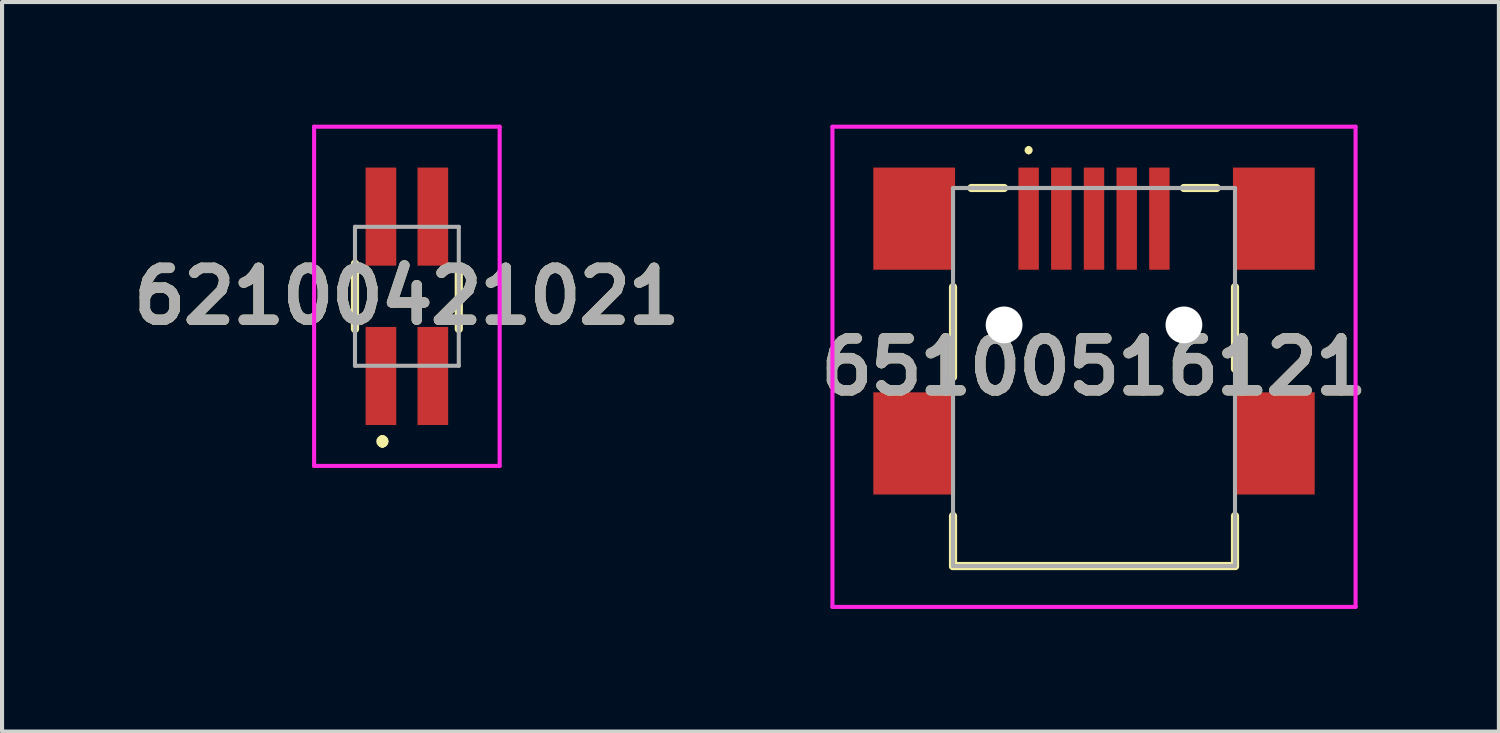
<source format=kicad_pcb>
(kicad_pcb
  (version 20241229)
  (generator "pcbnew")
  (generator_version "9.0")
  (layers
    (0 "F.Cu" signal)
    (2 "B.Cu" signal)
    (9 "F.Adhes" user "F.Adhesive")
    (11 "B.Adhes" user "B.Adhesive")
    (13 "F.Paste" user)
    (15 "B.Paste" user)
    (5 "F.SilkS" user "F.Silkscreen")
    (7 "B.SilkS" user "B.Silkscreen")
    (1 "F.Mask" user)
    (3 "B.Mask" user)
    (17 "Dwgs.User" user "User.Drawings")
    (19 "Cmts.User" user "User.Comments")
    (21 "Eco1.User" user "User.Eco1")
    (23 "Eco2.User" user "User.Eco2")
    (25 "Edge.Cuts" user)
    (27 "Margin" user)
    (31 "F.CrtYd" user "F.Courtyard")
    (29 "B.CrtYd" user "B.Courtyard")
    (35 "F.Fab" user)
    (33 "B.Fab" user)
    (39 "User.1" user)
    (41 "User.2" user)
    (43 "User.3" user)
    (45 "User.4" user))
  (footprint "62100421021"
    (layer "F.Cu")
    (at 6.906 4.2)
    (property "Reference" "62100421021" (at 0 0 0) (layer "F.SilkS") (effects (font (size 1.27 1.27) (thickness 0.254))))
    (attr smd)
    (fp_line (start -1.27 -0.8) (end -1.27 0.8) (stroke (width 0.2) (type solid)) (layer "F.SilkS"))
    (fp_line (start -0.6 3.5) (end -0.6 3.5) (stroke (width 0.2) (type solid)) (layer "F.SilkS"))
    (fp_line (start -0.6 3.6) (end -0.6 3.6) (stroke (width 0.2) (type solid)) (layer "F.SilkS"))
    (fp_line (start -0.6 3.6) (end -0.6 3.6) (stroke (width 0.2) (type solid)) (layer "F.SilkS"))
    (fp_line (start 1.27 -0.6) (end 1.27 0.8) (stroke (width 0.2) (type solid)) (layer "F.SilkS"))
    (fp_arc (start -0.6 3.5) (mid -0.55 3.55) (end -0.6 3.6) (stroke (width 0.2) (type solid)) (layer "F.SilkS"))
    (fp_arc (start -0.6 3.5) (mid -0.55 3.55) (end -0.6 3.6) (stroke (width 0.2) (type solid)) (layer "F.SilkS"))
    (fp_arc (start -0.6 3.6) (mid -0.65 3.55) (end -0.6 3.5) (stroke (width 0.2) (type solid)) (layer "F.SilkS"))
    (fp_line (start -2.27 -4.15) (end 2.27 -4.15) (stroke (width 0.1) (type solid)) (layer "F.CrtYd"))
    (fp_line (start -2.27 4.15) (end -2.27 -4.15) (stroke (width 0.1) (type solid)) (layer "F.CrtYd"))
    (fp_line (start 2.27 -4.15) (end 2.27 4.15) (stroke (width 0.1) (type solid)) (layer "F.CrtYd"))
    (fp_line (start 2.27 4.15) (end -2.27 4.15) (stroke (width 0.1) (type solid)) (layer "F.CrtYd"))
    (fp_line (start -1.27 -1.7) (end -1.27 1.7) (stroke (width 0.1) (type solid)) (layer "F.Fab"))
    (fp_line (start -1.27 1.7) (end 1.27 1.7) (stroke (width 0.1) (type solid)) (layer "F.Fab"))
    (fp_line (start 1.27 -1.7) (end -1.27 -1.7) (stroke (width 0.1) (type solid)) (layer "F.Fab"))
    (fp_line (start 1.27 1.7) (end 1.27 -1.7) (stroke (width 0.1) (type solid)) (layer "F.Fab"))
    (fp_text user "${REFERENCE}" (at 0 0 0) (layer "F.Fab") (effects (font (size 1.27 1.27) (thickness 0.254))))
    (pad "1" smd rect (at -0.635 1.95) (size 0.75 2.4) (layers "F.Cu" "F.Mask" "F.Paste"))
    (pad "2" smd rect (at -0.635 -1.95) (size 0.75 2.4) (layers "F.Cu" "F.Mask" "F.Paste"))
    (pad "3" smd rect (at 0.635 1.95) (size 0.75 2.4) (layers "F.Cu" "F.Mask" "F.Paste"))
    (pad "4" smd rect (at 0.635 -1.95) (size 0.75 2.4) (layers "F.Cu" "F.Mask" "F.Paste")))
  (footprint "65100516121"
    (layer "F.Cu")
    (at 23.719 6.175)
    (property "Reference" "65100516121" (at 0 -0.25 0) (layer "F.SilkS") (effects (font (size 1.27 1.27) (thickness 0.254))))
    (attr through_hole)
    (fp_line (start -3.45 -2.2) (end -3.45 0) (stroke (width 0.2) (type solid)) (layer "F.SilkS"))
    (fp_line (start -3.45 3.4) (end -3.45 4.625) (stroke (width 0.2) (type solid)) (layer "F.SilkS"))
    (fp_line (start -3.45 4.625) (end 3.45 4.625) (stroke (width 0.2) (type solid)) (layer "F.SilkS"))
    (fp_line (start -3 -4.625) (end -2.2 -4.625) (stroke (width 0.2) (type solid)) (layer "F.SilkS"))
    (fp_line (start -1.6 -5.6) (end -1.6 -5.6) (stroke (width 0.1) (type solid)) (layer "F.SilkS"))
    (fp_line (start -1.6 -5.5) (end -1.6 -5.5) (stroke (width 0.1) (type solid)) (layer "F.SilkS"))
    (fp_line (start 2.2 -4.625) (end 3 -4.625) (stroke (width 0.2) (type solid)) (layer "F.SilkS"))
    (fp_line (start 3.45 -2.2) (end 3.45 -0.2) (stroke (width 0.2) (type solid)) (layer "F.SilkS"))
    (fp_line (start 3.45 4.625) (end 3.45 3.4) (stroke (width 0.2) (type solid)) (layer "F.SilkS"))
    (fp_arc (start -1.6 -5.6) (mid -1.55 -5.55) (end -1.6 -5.5) (stroke (width 0.1) (type solid)) (layer "F.SilkS"))
    (fp_arc (start -1.6 -5.5) (mid -1.65 -5.55) (end -1.6 -5.6) (stroke (width 0.1) (type solid)) (layer "F.SilkS"))
    (fp_line (start -6.4 -6.125) (end 6.4 -6.125) (stroke (width 0.1) (type solid)) (layer "F.CrtYd"))
    (fp_line (start -6.4 5.625) (end -6.4 -6.125) (stroke (width 0.1) (type solid)) (layer "F.CrtYd"))
    (fp_line (start 6.4 -6.125) (end 6.4 5.625) (stroke (width 0.1) (type solid)) (layer "F.CrtYd"))
    (fp_line (start 6.4 5.625) (end -6.4 5.625) (stroke (width 0.1) (type solid)) (layer "F.CrtYd"))
    (fp_line (start -3.45 -4.625) (end -3.45 4.625) (stroke (width 0.1) (type solid)) (layer "F.Fab"))
    (fp_line (start -3.45 4.625) (end 3.45 4.625) (stroke (width 0.1) (type solid)) (layer "F.Fab"))
    (fp_line (start 3.45 -4.625) (end -3.45 -4.625) (stroke (width 0.1) (type solid)) (layer "F.Fab"))
    (fp_line (start 3.45 4.625) (end 3.45 -4.625) (stroke (width 0.1) (type solid)) (layer "F.Fab"))
    (fp_text user "${REFERENCE}" (at 0 -0.25 0) (layer "F.Fab") (effects (font (size 1.27 1.27) (thickness 0.254))))
    (pad "" np_thru_hole circle (at -2.2 -1.275) (size 0.9 0.9) (drill 0.9) (layers "*.Cu" "*.Mask"))
    (pad "" np_thru_hole circle (at 2.2 -1.275) (size 0.9 0.9) (drill 0.9) (layers "*.Cu" "*.Mask"))
    (pad "1" smd rect (at -1.6 -3.875) (size 0.5 2.5) (layers "F.Cu" "F.Mask" "F.Paste"))
    (pad "2" smd rect (at -0.8 -3.875) (size 0.5 2.5) (layers "F.Cu" "F.Mask" "F.Paste"))
    (pad "3" smd rect (at 0 -3.875) (size 0.5 2.5) (layers "F.Cu" "F.Mask" "F.Paste"))
    (pad "4" smd rect (at 0.8 -3.875) (size 0.5 2.5) (layers "F.Cu" "F.Mask" "F.Paste"))
    (pad "5" smd rect (at 1.6 -3.875) (size 0.5 2.5) (layers "F.Cu" "F.Mask" "F.Paste"))
    (pad "MP1" smd rect (at -4.4 -3.875) (size 2 2.5) (layers "F.Cu" "F.Mask" "F.Paste"))
    (pad "MP2" smd rect (at -4.4 1.625) (size 2 2.5) (layers "F.Cu" "F.Mask" "F.Paste"))
    (pad "MP3" smd rect (at 4.4 1.625) (size 2 2.5) (layers "F.Cu" "F.Mask" "F.Paste"))
    (pad "MP4" smd rect (at 4.4 -3.875) (size 2 2.5) (layers "F.Cu" "F.Mask" "F.Paste")))
  (gr_rect
    (start -3 -3)
    (end 33.626 14.85)
    (stroke (width 0.1) (type default))
    (fill no)
    (layer "Edge.Cuts")))
</source>
